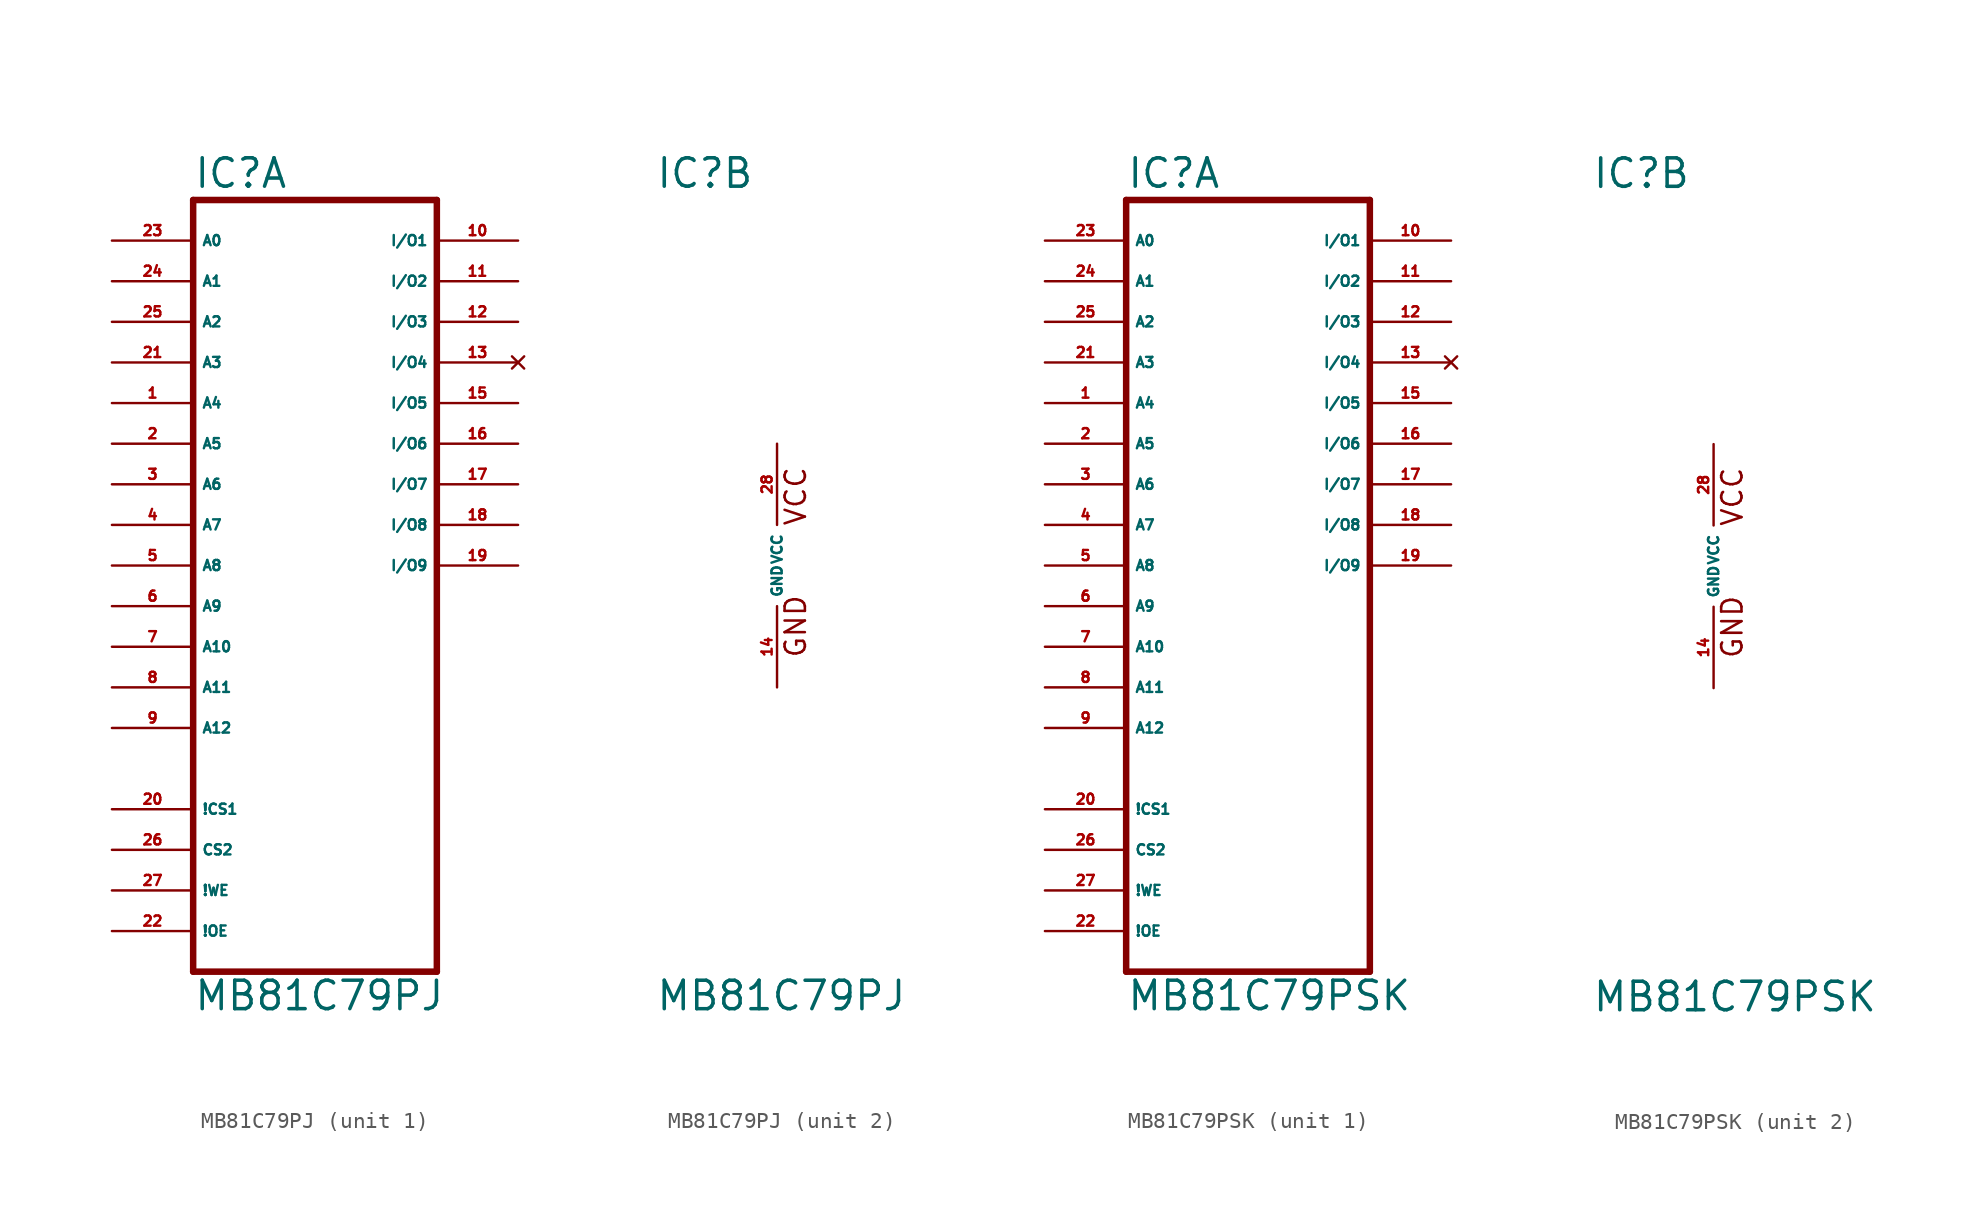
<source format=kicad_sym>
(kicad_symbol_lib
  (version 20220914)
  (generator Eagle2Kicad)
  (symbol "MB81C79PJ"
    (property "Reference" "IC"
      (at -7.62 23.495 0)
      (effects (font (size 1.778 1.778) (thickness 0.22)) (justify left bottom)))
    (property "Value" "MB81C79PJ"
      (at -7.62 -27.94 0)
      (effects (font (size 1.778 1.778) (thickness 0.22)) (justify left bottom)))
    (symbol "MB81C79PJ_1_0"
      (polyline (pts (xy -7.62 -25.4) (xy -7.62 22.86)) (stroke (width 0.406) (type default)) (fill (type none)))
      (polyline (pts (xy -7.62 22.86) (xy 7.62 22.86)) (stroke (width 0.406) (type default)) (fill (type none)))
      (polyline (pts (xy 7.62 22.86) (xy 7.62 -25.4)) (stroke (width 0.406) (type default)) (fill (type none)))
      (polyline (pts (xy 7.62 -25.4) (xy -7.62 -25.4)) (stroke (width 0.406) (type default)) (fill (type none)))
      (pin input line (at -12.7 20.32 0) (length 5.08) (name "A0" (effects (font (size 0.635 0.635) (thickness 0.08)) (justify left bottom))) (number "23" (effects (font (size 0.635 0.635) (thickness 0.08)) (justify left bottom))))
      (pin input line (at -12.7 17.78 0) (length 5.08) (name "A1" (effects (font (size 0.635 0.635) (thickness 0.08)) (justify left bottom))) (number "24" (effects (font (size 0.635 0.635) (thickness 0.08)) (justify left bottom))))
      (pin input line (at -12.7 15.24 0) (length 5.08) (name "A2" (effects (font (size 0.635 0.635) (thickness 0.08)) (justify left bottom))) (number "25" (effects (font (size 0.635 0.635) (thickness 0.08)) (justify left bottom))))
      (pin input line (at -12.7 12.7 0) (length 5.08) (name "A3" (effects (font (size 0.635 0.635) (thickness 0.08)) (justify left bottom))) (number "21" (effects (font (size 0.635 0.635) (thickness 0.08)) (justify left bottom))))
      (pin input line (at -12.7 10.16 0) (length 5.08) (name "A4" (effects (font (size 0.635 0.635) (thickness 0.08)) (justify left bottom))) (number "1" (effects (font (size 0.635 0.635) (thickness 0.08)) (justify left bottom))))
      (pin input line (at -12.7 5.08 0) (length 5.08) (name "A6" (effects (font (size 0.635 0.635) (thickness 0.08)) (justify left bottom))) (number "3" (effects (font (size 0.635 0.635) (thickness 0.08)) (justify left bottom))))
      (pin input line (at -12.7 7.62 0) (length 5.08) (name "A5" (effects (font (size 0.635 0.635) (thickness 0.08)) (justify left bottom))) (number "2" (effects (font (size 0.635 0.635) (thickness 0.08)) (justify left bottom))))
      (pin input line (at -12.7 2.54 0) (length 5.08) (name "A7" (effects (font (size 0.635 0.635) (thickness 0.08)) (justify left bottom))) (number "4" (effects (font (size 0.635 0.635) (thickness 0.08)) (justify left bottom))))
      (pin input line (at -12.7 0 0) (length 5.08) (name "A8" (effects (font (size 0.635 0.635) (thickness 0.08)) (justify left bottom))) (number "5" (effects (font (size 0.635 0.635) (thickness 0.08)) (justify left bottom))))
      (pin input line (at -12.7 -2.54 0) (length 5.08) (name "A9" (effects (font (size 0.635 0.635) (thickness 0.08)) (justify left bottom))) (number "6" (effects (font (size 0.635 0.635) (thickness 0.08)) (justify left bottom))))
      (pin input line (at -12.7 -5.08 0) (length 5.08) (name "A10" (effects (font (size 0.635 0.635) (thickness 0.08)) (justify left bottom))) (number "7" (effects (font (size 0.635 0.635) (thickness 0.08)) (justify left bottom))))
      (pin input line (at -12.7 -7.62 0) (length 5.08) (name "A11" (effects (font (size 0.635 0.635) (thickness 0.08)) (justify left bottom))) (number "8" (effects (font (size 0.635 0.635) (thickness 0.08)) (justify left bottom))))
      (pin bidirectional line (at 12.7 20.32 180) (length 5.08) (name "I/O1" (effects (font (size 0.635 0.635) (thickness 0.08)) (justify left bottom))) (number "10" (effects (font (size 0.635 0.635) (thickness 0.08)) (justify left bottom))))
      (pin bidirectional line (at 12.7 17.78 180) (length 5.08) (name "I/O2" (effects (font (size 0.635 0.635) (thickness 0.08)) (justify left bottom))) (number "11" (effects (font (size 0.635 0.635) (thickness 0.08)) (justify left bottom))))
      (pin bidirectional line (at 12.7 15.24 180) (length 5.08) (name "I/O3" (effects (font (size 0.635 0.635) (thickness 0.08)) (justify left bottom))) (number "12" (effects (font (size 0.635 0.635) (thickness 0.08)) (justify left bottom))))
      (pin no_connect line (at 12.7 12.7 180) (length 5.08) (name "I/O4" (effects (font (size 0.635 0.635) (thickness 0.08)) (justify left bottom) hide)) (number "13" (effects (font (size 0.635 0.635) (thickness 0.08)) (justify left bottom) hide)))
      (pin input line (at -12.7 -17.78 0) (length 5.08) (name "CS2" (effects (font (size 0.635 0.635) (thickness 0.08)) (justify left bottom))) (number "26" (effects (font (size 0.635 0.635) (thickness 0.08)) (justify left bottom))))
      (pin input line (at -12.7 -20.32 0) (length 5.08) (name "!WE" (effects (font (size 0.635 0.635) (thickness 0.08)) (justify left bottom))) (number "27" (effects (font (size 0.635 0.635) (thickness 0.08)) (justify left bottom))))
      (pin input line (at -12.7 -10.16 0) (length 5.08) (name "A12" (effects (font (size 0.635 0.635) (thickness 0.08)) (justify left bottom))) (number "9" (effects (font (size 0.635 0.635) (thickness 0.08)) (justify left bottom))))
      (pin input line (at -12.7 -22.86 0) (length 5.08) (name "!OE" (effects (font (size 0.635 0.635) (thickness 0.08)) (justify left bottom))) (number "22" (effects (font (size 0.635 0.635) (thickness 0.08)) (justify left bottom))))
      (pin bidirectional line (at 12.7 10.16 180) (length 5.08) (name "I/O5" (effects (font (size 0.635 0.635) (thickness 0.08)) (justify left bottom))) (number "15" (effects (font (size 0.635 0.635) (thickness 0.08)) (justify left bottom))))
      (pin bidirectional line (at 12.7 7.62 180) (length 5.08) (name "I/O6" (effects (font (size 0.635 0.635) (thickness 0.08)) (justify left bottom))) (number "16" (effects (font (size 0.635 0.635) (thickness 0.08)) (justify left bottom))))
      (pin bidirectional line (at 12.7 5.08 180) (length 5.08) (name "I/O7" (effects (font (size 0.635 0.635) (thickness 0.08)) (justify left bottom))) (number "17" (effects (font (size 0.635 0.635) (thickness 0.08)) (justify left bottom))))
      (pin bidirectional line (at 12.7 2.54 180) (length 5.08) (name "I/O8" (effects (font (size 0.635 0.635) (thickness 0.08)) (justify left bottom))) (number "18" (effects (font (size 0.635 0.635) (thickness 0.08)) (justify left bottom))))
      (pin bidirectional line (at 12.7 0 180) (length 5.08) (name "I/O9" (effects (font (size 0.635 0.635) (thickness 0.08)) (justify left bottom))) (number "19" (effects (font (size 0.635 0.635) (thickness 0.08)) (justify left bottom))))
      (pin input line (at -12.7 -15.24 0) (length 5.08) (name "!CS1" (effects (font (size 0.635 0.635) (thickness 0.08)) (justify left bottom))) (number "20" (effects (font (size 0.635 0.635) (thickness 0.08)) (justify left bottom)))))
    (symbol "MB81C79PJ_2_0"
      (text "VCC" (at 1.905 2.413 900) (effects (font (size 1.27 1.27) (thickness 0.16)) (justify left bottom)))
      (text "GND" (at 1.905 -5.842 900) (effects (font (size 1.27 1.27) (thickness 0.16)) (justify left bottom)))
      (pin unspecified line (at 0 -7.62 90) (length 5.08) (name "GND" (effects (font (size 0.635 0.635) (thickness 0.08)) (justify left bottom))) (number "14" (effects (font (size 0.635 0.635) (thickness 0.08)) (justify left bottom))))
      (pin unspecified line (at 0 7.62 270) (length 5.08) (name "VCC" (effects (font (size 0.635 0.635) (thickness 0.08)) (justify left bottom))) (number "28" (effects (font (size 0.635 0.635) (thickness 0.08)) (justify left bottom))))))
  (symbol "MB81C79PSK"
    (property "Reference" "IC"
      (at -7.62 23.495 0)
      (effects (font (size 1.778 1.778) (thickness 0.22)) (justify left bottom)))
    (property "Value" "MB81C79PSK"
      (at -7.62 -27.94 0)
      (effects (font (size 1.778 1.778) (thickness 0.22)) (justify left bottom)))
    (symbol "MB81C79PSK_1_0"
      (polyline (pts (xy -7.62 -25.4) (xy -7.62 22.86)) (stroke (width 0.406) (type default)) (fill (type none)))
      (polyline (pts (xy -7.62 22.86) (xy 7.62 22.86)) (stroke (width 0.406) (type default)) (fill (type none)))
      (polyline (pts (xy 7.62 22.86) (xy 7.62 -25.4)) (stroke (width 0.406) (type default)) (fill (type none)))
      (polyline (pts (xy 7.62 -25.4) (xy -7.62 -25.4)) (stroke (width 0.406) (type default)) (fill (type none)))
      (pin input line (at -12.7 20.32 0) (length 5.08) (name "A0" (effects (font (size 0.635 0.635) (thickness 0.08)) (justify left bottom))) (number "23" (effects (font (size 0.635 0.635) (thickness 0.08)) (justify left bottom))))
      (pin input line (at -12.7 17.78 0) (length 5.08) (name "A1" (effects (font (size 0.635 0.635) (thickness 0.08)) (justify left bottom))) (number "24" (effects (font (size 0.635 0.635) (thickness 0.08)) (justify left bottom))))
      (pin input line (at -12.7 15.24 0) (length 5.08) (name "A2" (effects (font (size 0.635 0.635) (thickness 0.08)) (justify left bottom))) (number "25" (effects (font (size 0.635 0.635) (thickness 0.08)) (justify left bottom))))
      (pin input line (at -12.7 12.7 0) (length 5.08) (name "A3" (effects (font (size 0.635 0.635) (thickness 0.08)) (justify left bottom))) (number "21" (effects (font (size 0.635 0.635) (thickness 0.08)) (justify left bottom))))
      (pin input line (at -12.7 10.16 0) (length 5.08) (name "A4" (effects (font (size 0.635 0.635) (thickness 0.08)) (justify left bottom))) (number "1" (effects (font (size 0.635 0.635) (thickness 0.08)) (justify left bottom))))
      (pin input line (at -12.7 5.08 0) (length 5.08) (name "A6" (effects (font (size 0.635 0.635) (thickness 0.08)) (justify left bottom))) (number "3" (effects (font (size 0.635 0.635) (thickness 0.08)) (justify left bottom))))
      (pin input line (at -12.7 7.62 0) (length 5.08) (name "A5" (effects (font (size 0.635 0.635) (thickness 0.08)) (justify left bottom))) (number "2" (effects (font (size 0.635 0.635) (thickness 0.08)) (justify left bottom))))
      (pin input line (at -12.7 2.54 0) (length 5.08) (name "A7" (effects (font (size 0.635 0.635) (thickness 0.08)) (justify left bottom))) (number "4" (effects (font (size 0.635 0.635) (thickness 0.08)) (justify left bottom))))
      (pin input line (at -12.7 0 0) (length 5.08) (name "A8" (effects (font (size 0.635 0.635) (thickness 0.08)) (justify left bottom))) (number "5" (effects (font (size 0.635 0.635) (thickness 0.08)) (justify left bottom))))
      (pin input line (at -12.7 -2.54 0) (length 5.08) (name "A9" (effects (font (size 0.635 0.635) (thickness 0.08)) (justify left bottom))) (number "6" (effects (font (size 0.635 0.635) (thickness 0.08)) (justify left bottom))))
      (pin input line (at -12.7 -5.08 0) (length 5.08) (name "A10" (effects (font (size 0.635 0.635) (thickness 0.08)) (justify left bottom))) (number "7" (effects (font (size 0.635 0.635) (thickness 0.08)) (justify left bottom))))
      (pin input line (at -12.7 -7.62 0) (length 5.08) (name "A11" (effects (font (size 0.635 0.635) (thickness 0.08)) (justify left bottom))) (number "8" (effects (font (size 0.635 0.635) (thickness 0.08)) (justify left bottom))))
      (pin bidirectional line (at 12.7 20.32 180) (length 5.08) (name "I/O1" (effects (font (size 0.635 0.635) (thickness 0.08)) (justify left bottom))) (number "10" (effects (font (size 0.635 0.635) (thickness 0.08)) (justify left bottom))))
      (pin bidirectional line (at 12.7 17.78 180) (length 5.08) (name "I/O2" (effects (font (size 0.635 0.635) (thickness 0.08)) (justify left bottom))) (number "11" (effects (font (size 0.635 0.635) (thickness 0.08)) (justify left bottom))))
      (pin bidirectional line (at 12.7 15.24 180) (length 5.08) (name "I/O3" (effects (font (size 0.635 0.635) (thickness 0.08)) (justify left bottom))) (number "12" (effects (font (size 0.635 0.635) (thickness 0.08)) (justify left bottom))))
      (pin no_connect line (at 12.7 12.7 180) (length 5.08) (name "I/O4" (effects (font (size 0.635 0.635) (thickness 0.08)) (justify left bottom) hide)) (number "13" (effects (font (size 0.635 0.635) (thickness 0.08)) (justify left bottom) hide)))
      (pin input line (at -12.7 -17.78 0) (length 5.08) (name "CS2" (effects (font (size 0.635 0.635) (thickness 0.08)) (justify left bottom))) (number "26" (effects (font (size 0.635 0.635) (thickness 0.08)) (justify left bottom))))
      (pin input line (at -12.7 -20.32 0) (length 5.08) (name "!WE" (effects (font (size 0.635 0.635) (thickness 0.08)) (justify left bottom))) (number "27" (effects (font (size 0.635 0.635) (thickness 0.08)) (justify left bottom))))
      (pin input line (at -12.7 -10.16 0) (length 5.08) (name "A12" (effects (font (size 0.635 0.635) (thickness 0.08)) (justify left bottom))) (number "9" (effects (font (size 0.635 0.635) (thickness 0.08)) (justify left bottom))))
      (pin input line (at -12.7 -22.86 0) (length 5.08) (name "!OE" (effects (font (size 0.635 0.635) (thickness 0.08)) (justify left bottom))) (number "22" (effects (font (size 0.635 0.635) (thickness 0.08)) (justify left bottom))))
      (pin bidirectional line (at 12.7 10.16 180) (length 5.08) (name "I/O5" (effects (font (size 0.635 0.635) (thickness 0.08)) (justify left bottom))) (number "15" (effects (font (size 0.635 0.635) (thickness 0.08)) (justify left bottom))))
      (pin bidirectional line (at 12.7 7.62 180) (length 5.08) (name "I/O6" (effects (font (size 0.635 0.635) (thickness 0.08)) (justify left bottom))) (number "16" (effects (font (size 0.635 0.635) (thickness 0.08)) (justify left bottom))))
      (pin bidirectional line (at 12.7 5.08 180) (length 5.08) (name "I/O7" (effects (font (size 0.635 0.635) (thickness 0.08)) (justify left bottom))) (number "17" (effects (font (size 0.635 0.635) (thickness 0.08)) (justify left bottom))))
      (pin bidirectional line (at 12.7 2.54 180) (length 5.08) (name "I/O8" (effects (font (size 0.635 0.635) (thickness 0.08)) (justify left bottom))) (number "18" (effects (font (size 0.635 0.635) (thickness 0.08)) (justify left bottom))))
      (pin bidirectional line (at 12.7 0 180) (length 5.08) (name "I/O9" (effects (font (size 0.635 0.635) (thickness 0.08)) (justify left bottom))) (number "19" (effects (font (size 0.635 0.635) (thickness 0.08)) (justify left bottom))))
      (pin input line (at -12.7 -15.24 0) (length 5.08) (name "!CS1" (effects (font (size 0.635 0.635) (thickness 0.08)) (justify left bottom))) (number "20" (effects (font (size 0.635 0.635) (thickness 0.08)) (justify left bottom)))))
    (symbol "MB81C79PSK_2_0"
      (text "VCC" (at 1.905 2.413 900) (effects (font (size 1.27 1.27) (thickness 0.16)) (justify left bottom)))
      (text "GND" (at 1.905 -5.842 900) (effects (font (size 1.27 1.27) (thickness 0.16)) (justify left bottom)))
      (pin unspecified line (at 0 -7.62 90) (length 5.08) (name "GND" (effects (font (size 0.635 0.635) (thickness 0.08)) (justify left bottom))) (number "14" (effects (font (size 0.635 0.635) (thickness 0.08)) (justify left bottom))))
      (pin unspecified line (at 0 7.62 270) (length 5.08) (name "VCC" (effects (font (size 0.635 0.635) (thickness 0.08)) (justify left bottom))) (number "28" (effects (font (size 0.635 0.635) (thickness 0.08)) (justify left bottom)))))))
</source>
